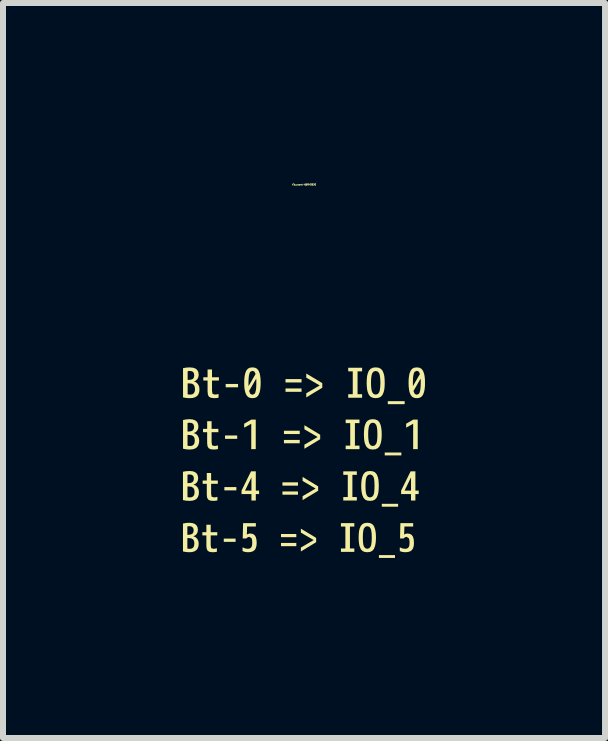
<source format=kicad_pcb>
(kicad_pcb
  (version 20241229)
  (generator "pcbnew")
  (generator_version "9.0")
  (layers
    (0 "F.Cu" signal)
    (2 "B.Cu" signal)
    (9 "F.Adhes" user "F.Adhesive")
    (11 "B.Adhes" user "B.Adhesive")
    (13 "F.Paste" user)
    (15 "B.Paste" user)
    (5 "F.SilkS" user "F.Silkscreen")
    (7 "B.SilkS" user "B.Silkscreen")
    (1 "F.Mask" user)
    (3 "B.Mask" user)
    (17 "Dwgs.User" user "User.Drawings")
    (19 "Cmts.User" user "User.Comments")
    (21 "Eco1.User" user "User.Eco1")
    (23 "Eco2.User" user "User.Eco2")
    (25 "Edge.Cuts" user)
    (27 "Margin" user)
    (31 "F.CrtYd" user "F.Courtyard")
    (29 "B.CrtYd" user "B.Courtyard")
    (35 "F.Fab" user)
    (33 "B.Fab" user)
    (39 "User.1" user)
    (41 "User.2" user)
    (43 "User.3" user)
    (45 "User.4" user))
  (footprint "kibuzzard-66940BD0"
    (layer "F.Cu")
    (at 2.017 4.662)
    (property "Reference" "kibuzzard-66940BD0" (at 0 -4.636 180) (layer "F.SilkS") (effects (font (size 0.025 0.025) (thickness 0.15))))
    (attr board_only exclude_from_pos_files exclude_from_bom)
    (fp_poly (pts (xy -1.337 1.32) (xy -1.337 1.266) (xy -1.14 1.266) (xy -1.14 1.32) (xy -1.337 1.32)) (stroke (width 0) (type solid)) (fill yes) (layer "F.SilkS"))
    (fp_poly (pts (xy -1.327 0.462) (xy -1.327 0.407) (xy -1.127 0.407) (xy -1.127 0.462) (xy -1.327 0.462)) (stroke (width 0) (type solid)) (fill yes) (layer "F.SilkS"))
    (fp_poly (pts (xy -1.316 -0.397) (xy -1.316 -0.453) (xy -1.113 -0.453) (xy -1.113 -0.397) (xy -1.316 -0.397)) (stroke (width 0) (type solid)) (fill yes) (layer "F.SilkS"))
    (fp_poly (pts (xy -1.305 -1.256) (xy -1.305 -1.312) (xy -1.099 -1.312) (xy -1.099 -1.256) (xy -1.305 -1.256)) (stroke (width 0) (type solid)) (fill yes) (layer "F.SilkS"))
    (fp_poly (pts (xy -0.383 1.242) (xy -0.383 1.189) (xy -0.128 1.189) (xy -0.128 1.242) (xy -0.383 1.242)) (stroke (width 0) (type solid)) (fill yes) (layer "F.SilkS"))
    (fp_poly (pts (xy -0.383 1.392) (xy -0.383 1.338) (xy -0.128 1.338) (xy -0.128 1.392) (xy -0.383 1.392)) (stroke (width 0) (type solid)) (fill yes) (layer "F.SilkS"))
    (fp_poly (pts (xy -0.359 0.383) (xy -0.359 0.328) (xy -0.1 0.328) (xy -0.1 0.383) (xy -0.359 0.383)) (stroke (width 0) (type solid)) (fill yes) (layer "F.SilkS"))
    (fp_poly (pts (xy -0.359 0.534) (xy -0.359 0.48) (xy -0.1 0.48) (xy -0.1 0.534) (xy -0.359 0.534)) (stroke (width 0) (type solid)) (fill yes) (layer "F.SilkS"))
    (fp_poly (pts (xy -0.334 -0.477) (xy -0.334 -0.532) (xy -0.071 -0.532) (xy -0.071 -0.477) (xy -0.334 -0.477)) (stroke (width 0) (type solid)) (fill yes) (layer "F.SilkS"))
    (fp_poly (pts (xy -0.334 -0.323) (xy -0.334 -0.379) (xy -0.071 -0.379) (xy -0.071 -0.323) (xy -0.334 -0.323)) (stroke (width 0) (type solid)) (fill yes) (layer "F.SilkS"))
    (fp_poly (pts (xy -0.308 -1.337) (xy -0.308 -1.393) (xy -0.041 -1.393) (xy -0.041 -1.337) (xy -0.308 -1.337)) (stroke (width 0) (type solid)) (fill yes) (layer "F.SilkS"))
    (fp_poly (pts (xy -0.308 -1.181) (xy -0.308 -1.237) (xy -0.041 -1.237) (xy -0.041 -1.181) (xy -0.308 -1.181)) (stroke (width 0) (type solid)) (fill yes) (layer "F.SilkS"))
    (fp_poly (pts (xy 1.249 1.588) (xy 1.249 1.541) (xy 1.517 1.541) (xy 1.517 1.588) (xy 1.249 1.588)) (stroke (width 0) (type solid)) (fill yes) (layer "F.SilkS"))
    (fp_poly (pts (xy 1.297 0.734) (xy 1.297 0.686) (xy 1.569 0.686) (xy 1.569 0.734) (xy 1.297 0.734)) (stroke (width 0) (type solid)) (fill yes) (layer "F.SilkS"))
    (fp_poly (pts (xy 1.346 -0.121) (xy 1.346 -0.169) (xy 1.623 -0.169) (xy 1.623 -0.121) (xy 1.346 -0.121)) (stroke (width 0) (type solid)) (fill yes) (layer "F.SilkS"))
    (fp_poly (pts (xy 1.397 -0.975) (xy 1.397 -1.025) (xy 1.678 -1.025) (xy 1.678 -0.975) (xy 1.397 -0.975)) (stroke (width 0) (type solid)) (fill yes) (layer "F.SilkS"))
    (fp_poly (pts (xy -0.879 -0.225) (xy -0.879 -0.647) (xy -0.88 -0.648) (xy -0.997 -0.583) (xy -0.997 -0.649) (xy -0.878 -0.718) (xy -0.804 -0.718) (xy -0.804 -0.225) (xy -0.879 -0.225)) (stroke (width 0) (type solid)) (fill yes) (layer "F.SilkS"))
    (fp_poly (pts (xy -0.052 1.166) (xy -0.052 1.1) (xy 0.203 1.254) (xy 0.203 1.326) (xy -0.052 1.48) (xy -0.052 1.415) (xy 0.161 1.291) (xy 0.161 1.29) (xy -0.052 1.166)) (stroke (width 0) (type solid)) (fill yes) (layer "F.SilkS"))
    (fp_poly (pts (xy -0.023 0.305) (xy -0.023 0.238) (xy 0.236 0.395) (xy 0.236 0.468) (xy -0.023 0.624) (xy -0.023 0.558) (xy 0.193 0.432) (xy 0.193 0.431) (xy -0.023 0.305)) (stroke (width 0) (type solid)) (fill yes) (layer "F.SilkS"))
    (fp_poly (pts (xy 0.007 -0.556) (xy 0.007 -0.624) (xy 0.27 -0.465) (xy 0.27 -0.391) (xy 0.007 -0.232) (xy 0.007 -0.3) (xy 0.226 -0.427) (xy 0.226 -0.429) (xy 0.007 -0.556)) (stroke (width 0) (type solid)) (fill yes) (layer "F.SilkS"))
    (fp_poly (pts (xy 0.038 -1.417) (xy 0.038 -1.486) (xy 0.305 -1.325) (xy 0.305 -1.249) (xy 0.038 -1.088) (xy 0.038 -1.157) (xy 0.261 -1.286) (xy 0.261 -1.288) (xy 0.038 -1.417)) (stroke (width 0) (type solid)) (fill yes) (layer "F.SilkS"))
    (fp_poly (pts (xy 1.82 -0.225) (xy 1.82 -0.647) (xy 1.819 -0.648) (xy 1.703 -0.583) (xy 1.703 -0.649) (xy 1.821 -0.718) (xy 1.896 -0.718) (xy 1.896 -0.225) (xy 1.82 -0.225)) (stroke (width 0) (type solid)) (fill yes) (layer "F.SilkS"))
    (fp_poly (pts (xy 0.839 1.487) (xy 0.616 1.487) (xy 0.616 1.43) (xy 0.69 1.43) (xy 0.69 1.065) (xy 0.616 1.065) (xy 0.616 1.008) (xy 0.839 1.008) (xy 0.839 1.065) (xy 0.766 1.065) (xy 0.766 1.43) (xy 0.839 1.43) (xy 0.839 1.487)) (stroke (width 0) (type solid)) (fill yes) (layer "F.SilkS"))
    (fp_poly (pts (xy 0.881 0.631) (xy 0.655 0.631) (xy 0.655 0.573) (xy 0.73 0.573) (xy 0.73 0.203) (xy 0.655 0.203) (xy 0.655 0.145) (xy 0.881 0.145) (xy 0.881 0.203) (xy 0.807 0.203) (xy 0.807 0.573) (xy 0.881 0.573) (xy 0.881 0.631)) (stroke (width 0) (type solid)) (fill yes) (layer "F.SilkS"))
    (fp_poly (pts (xy 0.925 -0.225) (xy 0.695 -0.225) (xy 0.695 -0.284) (xy 0.771 -0.284) (xy 0.771 -0.659) (xy 0.695 -0.659) (xy 0.695 -0.718) (xy 0.925 -0.718) (xy 0.925 -0.659) (xy 0.849 -0.659) (xy 0.849 -0.284) (xy 0.925 -0.284) (xy 0.925 -0.225)) (stroke (width 0) (type solid)) (fill yes) (layer "F.SilkS"))
    (fp_poly (pts (xy 0.969 -1.082) (xy 0.737 -1.082) (xy 0.737 -1.141) (xy 0.813 -1.141) (xy 0.813 -1.522) (xy 0.737 -1.522) (xy 0.737 -1.582) (xy 0.969 -1.582) (xy 0.969 -1.522) (xy 0.893 -1.522) (xy 0.893 -1.141) (xy 0.969 -1.141) (xy 0.969 -1.082)) (stroke (width 0) (type solid)) (fill yes) (layer "F.SilkS"))
    (fp_poly (pts (xy -0.803 0.466) (xy -0.748 0.466) (xy -0.748 0.523) (xy -0.803 0.523) (xy -0.803 0.631) (xy -0.876 0.631) (xy -0.876 0.523) (xy -0.876 0.466) (xy -0.876 0.248) (xy -0.877 0.248) (xy -0.982 0.464) (xy -0.982 0.466) (xy -0.876 0.466) (xy -0.876 0.523) (xy -1.041 0.523) (xy -1.041 0.466) (xy -0.883 0.145) (xy -0.803 0.145) (xy -0.803 0.466)) (stroke (width 0) (type solid)) (fill yes) (layer "F.SilkS"))
    (fp_poly (pts (xy 1.857 0.466) (xy 1.912 0.466) (xy 1.912 0.523) (xy 1.857 0.523) (xy 1.857 0.631) (xy 1.784 0.631) (xy 1.784 0.523) (xy 1.784 0.466) (xy 1.784 0.248) (xy 1.783 0.248) (xy 1.678 0.464) (xy 1.678 0.466) (xy 1.784 0.466) (xy 1.784 0.523) (xy 1.619 0.523) (xy 1.619 0.466) (xy 1.777 0.145) (xy 1.857 0.145) (xy 1.857 0.466)) (stroke (width 0) (type solid)) (fill yes) (layer "F.SilkS"))
    (fp_poly (pts (xy -1.445 1.159) (xy -1.445 1.212) (xy -1.555 1.212) (xy -1.555 1.375) (xy -1.547 1.425) (xy -1.507 1.436) (xy -1.48 1.433) (xy -1.452 1.426) (xy -1.452 1.486) (xy -1.484 1.491) (xy -1.521 1.493) (xy -1.571 1.488) (xy -1.603 1.471) (xy -1.621 1.439) (xy -1.627 1.389) (xy -1.627 1.212) (xy -1.694 1.212) (xy -1.694 1.159) (xy -1.627 1.159) (xy -1.627 1.035) (xy -1.555 1.035) (xy -1.555 1.159) (xy -1.445 1.159)) (stroke (width 0) (type solid)) (fill yes) (layer "F.SilkS"))
    (fp_poly (pts (xy -1.436 0.298) (xy -1.436 0.352) (xy -1.548 0.352) (xy -1.548 0.518) (xy -1.539 0.568) (xy -1.499 0.579) (xy -1.471 0.576) (xy -1.443 0.569) (xy -1.443 0.629) (xy -1.476 0.635) (xy -1.513 0.637) (xy -1.564 0.632) (xy -1.597 0.615) (xy -1.615 0.582) (xy -1.62 0.531) (xy -1.62 0.352) (xy -1.689 0.352) (xy -1.689 0.298) (xy -1.62 0.298) (xy -1.62 0.172) (xy -1.548 0.172) (xy -1.548 0.298) (xy -1.436 0.298)) (stroke (width 0) (type solid)) (fill yes) (layer "F.SilkS"))
    (fp_poly (pts (xy -1.427 -0.563) (xy -1.427 -0.508) (xy -1.54 -0.508) (xy -1.54 -0.34) (xy -1.532 -0.289) (xy -1.491 -0.278) (xy -1.463 -0.281) (xy -1.434 -0.288) (xy -1.434 -0.227) (xy -1.467 -0.221) (xy -1.505 -0.219) (xy -1.557 -0.224) (xy -1.59 -0.242) (xy -1.608 -0.274) (xy -1.614 -0.327) (xy -1.614 -0.508) (xy -1.683 -0.508) (xy -1.683 -0.563) (xy -1.614 -0.563) (xy -1.614 -0.691) (xy -1.54 -0.691) (xy -1.54 -0.563) (xy -1.427 -0.563)) (stroke (width 0) (type solid)) (fill yes) (layer "F.SilkS"))
    (fp_poly (pts (xy -1.418 -1.424) (xy -1.418 -1.369) (xy -1.533 -1.369) (xy -1.533 -1.198) (xy -1.524 -1.146) (xy -1.483 -1.135) (xy -1.454 -1.138) (xy -1.424 -1.145) (xy -1.424 -1.083) (xy -1.459 -1.077) (xy -1.496 -1.075) (xy -1.549 -1.081) (xy -1.583 -1.098) (xy -1.601 -1.131) (xy -1.607 -1.184) (xy -1.607 -1.369) (xy -1.678 -1.369) (xy -1.678 -1.424) (xy -1.607 -1.424) (xy -1.607 -1.554) (xy -1.533 -1.554) (xy -1.533 -1.424) (xy -1.418 -1.424)) (stroke (width 0) (type solid)) (fill yes) (layer "F.SilkS"))
    (fp_poly (pts (xy -0.802 1.065) (xy -0.948 1.065) (xy -0.952 1.197) (xy -0.951 1.197) (xy -0.924 1.185) (xy -0.893 1.181) (xy -0.856 1.187) (xy -0.826 1.205) (xy -0.805 1.236) (xy -0.793 1.279) (xy -0.788 1.335) (xy -0.792 1.386) (xy -0.804 1.427) (xy -0.822 1.457) (xy -0.85 1.477) (xy -0.886 1.489) (xy -0.931 1.493) (xy -0.979 1.489) (xy -1.024 1.474) (xy -1.024 1.411) (xy -0.98 1.43) (xy -0.936 1.436) (xy -0.902 1.431) (xy -0.88 1.414) (xy -0.866 1.383) (xy -0.862 1.335) (xy -0.865 1.289) (xy -0.874 1.259) (xy -0.913 1.236) (xy -0.938 1.243) (xy -0.961 1.263) (xy -1.021 1.263) (xy -1.015 1.008) (xy -0.802 1.008) (xy -0.802 1.065)) (stroke (width 0) (type solid)) (fill yes) (layer "F.SilkS"))
    (fp_poly (pts (xy 1.82 1.065) (xy 1.674 1.065) (xy 1.669 1.197) (xy 1.671 1.197) (xy 1.697 1.185) (xy 1.728 1.181) (xy 1.766 1.187) (xy 1.796 1.205) (xy 1.817 1.236) (xy 1.829 1.279) (xy 1.833 1.335) (xy 1.83 1.386) (xy 1.818 1.427) (xy 1.799 1.457) (xy 1.772 1.477) (xy 1.736 1.489) (xy 1.691 1.493) (xy 1.642 1.489) (xy 1.597 1.474) (xy 1.597 1.411) (xy 1.642 1.43) (xy 1.686 1.436) (xy 1.719 1.431) (xy 1.742 1.414) (xy 1.756 1.383) (xy 1.76 1.335) (xy 1.757 1.289) (xy 1.747 1.259) (xy 1.709 1.236) (xy 1.684 1.243) (xy 1.661 1.263) (xy 1.601 1.263) (xy 1.607 1.008) (xy 1.82 1.008) (xy 1.82 1.065)) (stroke (width 0) (type solid)) (fill yes) (layer "F.SilkS"))
    (fp_poly (pts (xy 1.137 1.471) (xy 1.101 1.488) (xy 1.055 1.493) (xy 1.055 1.436) (xy 1.089 1.426) (xy 1.112 1.396) (xy 1.122 1.362) (xy 1.128 1.312) (xy 1.13 1.248) (xy 1.128 1.183) (xy 1.122 1.134) (xy 1.112 1.099) (xy 1.089 1.069) (xy 1.055 1.059) (xy 1.021 1.069) (xy 0.998 1.099) (xy 0.988 1.134) (xy 0.983 1.183) (xy 0.981 1.248) (xy 0.983 1.312) (xy 0.988 1.362) (xy 0.998 1.396) (xy 1.021 1.426) (xy 1.055 1.436) (xy 1.055 1.493) (xy 1.01 1.488) (xy 0.974 1.471) (xy 0.947 1.441) (xy 0.927 1.394) (xy 0.918 1.354) (xy 0.913 1.305) (xy 0.911 1.248) (xy 0.913 1.19) (xy 0.918 1.141) (xy 0.927 1.101) (xy 0.947 1.054) (xy 0.974 1.024) (xy 1.01 1.007) (xy 1.055 1.002) (xy 1.101 1.007) (xy 1.137 1.024) (xy 1.164 1.054) (xy 1.183 1.101) (xy 1.192 1.141) (xy 1.198 1.19) (xy 1.2 1.248) (xy 1.198 1.305) (xy 1.192 1.354) (xy 1.183 1.394) (xy 1.164 1.441) (xy 1.137 1.471)) (stroke (width 0) (type solid)) (fill yes) (layer "F.SilkS"))
    (fp_poly (pts (xy 1.183 0.615) (xy 1.147 0.632) (xy 1.101 0.637) (xy 1.101 0.58) (xy 1.135 0.569) (xy 1.159 0.539) (xy 1.169 0.504) (xy 1.174 0.453) (xy 1.176 0.388) (xy 1.174 0.322) (xy 1.169 0.272) (xy 1.159 0.237) (xy 1.135 0.207) (xy 1.101 0.196) (xy 1.066 0.207) (xy 1.043 0.237) (xy 1.033 0.272) (xy 1.027 0.322) (xy 1.025 0.388) (xy 1.027 0.453) (xy 1.033 0.504) (xy 1.043 0.539) (xy 1.066 0.569) (xy 1.101 0.58) (xy 1.101 0.637) (xy 1.054 0.632) (xy 1.018 0.615) (xy 0.991 0.584) (xy 0.971 0.537) (xy 0.962 0.496) (xy 0.956 0.446) (xy 0.954 0.388) (xy 0.956 0.33) (xy 0.962 0.28) (xy 0.971 0.239) (xy 0.991 0.192) (xy 1.018 0.161) (xy 1.054 0.144) (xy 1.101 0.139) (xy 1.147 0.144) (xy 1.183 0.161) (xy 1.211 0.192) (xy 1.231 0.239) (xy 1.24 0.28) (xy 1.245 0.33) (xy 1.247 0.388) (xy 1.245 0.446) (xy 1.24 0.496) (xy 1.231 0.537) (xy 1.211 0.584) (xy 1.183 0.615)) (stroke (width 0) (type solid)) (fill yes) (layer "F.SilkS"))
    (fp_poly (pts (xy 1.231 -0.242) (xy 1.194 -0.224) (xy 1.147 -0.219) (xy 1.147 -0.277) (xy 1.182 -0.288) (xy 1.206 -0.319) (xy 1.216 -0.354) (xy 1.222 -0.405) (xy 1.224 -0.472) (xy 1.222 -0.538) (xy 1.216 -0.589) (xy 1.206 -0.625) (xy 1.182 -0.656) (xy 1.147 -0.666) (xy 1.112 -0.656) (xy 1.089 -0.625) (xy 1.079 -0.589) (xy 1.072 -0.538) (xy 1.07 -0.472) (xy 1.072 -0.405) (xy 1.079 -0.354) (xy 1.089 -0.319) (xy 1.112 -0.288) (xy 1.147 -0.277) (xy 1.147 -0.219) (xy 1.1 -0.224) (xy 1.064 -0.242) (xy 1.036 -0.273) (xy 1.015 -0.321) (xy 1.006 -0.362) (xy 1.001 -0.413) (xy 0.999 -0.472) (xy 1.001 -0.531) (xy 1.006 -0.581) (xy 1.015 -0.623) (xy 1.036 -0.671) (xy 1.064 -0.702) (xy 1.1 -0.719) (xy 1.147 -0.725) (xy 1.194 -0.719) (xy 1.231 -0.702) (xy 1.259 -0.671) (xy 1.279 -0.623) (xy 1.288 -0.581) (xy 1.294 -0.531) (xy 1.296 -0.472) (xy 1.294 -0.413) (xy 1.288 -0.362) (xy 1.279 -0.321) (xy 1.259 -0.273) (xy 1.231 -0.242)) (stroke (width 0) (type solid)) (fill yes) (layer "F.SilkS"))
    (fp_poly (pts (xy 1.28 -1.098) (xy 1.243 -1.081) (xy 1.195 -1.075) (xy 1.195 -1.134) (xy 1.231 -1.145) (xy 1.255 -1.176) (xy 1.265 -1.212) (xy 1.271 -1.264) (xy 1.274 -1.332) (xy 1.271 -1.399) (xy 1.265 -1.451) (xy 1.255 -1.487) (xy 1.231 -1.518) (xy 1.195 -1.529) (xy 1.16 -1.518) (xy 1.136 -1.487) (xy 1.126 -1.451) (xy 1.119 -1.399) (xy 1.117 -1.332) (xy 1.119 -1.264) (xy 1.126 -1.212) (xy 1.136 -1.176) (xy 1.16 -1.145) (xy 1.195 -1.134) (xy 1.195 -1.075) (xy 1.148 -1.081) (xy 1.111 -1.098) (xy 1.082 -1.13) (xy 1.062 -1.178) (xy 1.052 -1.221) (xy 1.047 -1.272) (xy 1.045 -1.332) (xy 1.047 -1.392) (xy 1.052 -1.443) (xy 1.062 -1.485) (xy 1.082 -1.534) (xy 1.111 -1.565) (xy 1.148 -1.583) (xy 1.195 -1.588) (xy 1.243 -1.583) (xy 1.28 -1.565) (xy 1.309 -1.534) (xy 1.329 -1.485) (xy 1.339 -1.443) (xy 1.344 -1.392) (xy 1.346 -1.332) (xy 1.344 -1.272) (xy 1.339 -1.221) (xy 1.329 -1.178) (xy 1.309 -1.13) (xy 1.28 -1.098)) (stroke (width 0) (type solid)) (fill yes) (layer "F.SilkS"))
    (fp_poly (pts (xy -1.755 1.349) (xy -1.759 1.393) (xy -1.772 1.429) (xy -1.793 1.457) (xy -1.823 1.477) (xy -1.861 1.489) (xy -1.907 1.493) (xy -1.907 1.437) (xy -1.872 1.432) (xy -1.847 1.416) (xy -1.832 1.388) (xy -1.827 1.348) (xy -1.832 1.307) (xy -1.848 1.279) (xy -1.876 1.263) (xy -1.916 1.257) (xy -1.944 1.257) (xy -1.944 1.432) (xy -1.907 1.437) (xy -1.907 1.493) (xy -1.944 1.491) (xy -1.944 1.202) (xy -1.925 1.202) (xy -1.886 1.197) (xy -1.859 1.184) (xy -1.844 1.16) (xy -1.838 1.126) (xy -1.847 1.088) (xy -1.871 1.066) (xy -1.911 1.058) (xy -1.944 1.063) (xy -1.944 1.202) (xy -1.944 1.491) (xy -1.963 1.49) (xy -2.017 1.48) (xy -2.017 1.015) (xy -1.965 1.005) (xy -1.911 1.002) (xy -1.86 1.007) (xy -1.82 1.021) (xy -1.791 1.045) (xy -1.774 1.078) (xy -1.768 1.121) (xy -1.773 1.158) (xy -1.789 1.189) (xy -1.813 1.213) (xy -1.844 1.226) (xy -1.844 1.227) (xy -1.809 1.241) (xy -1.78 1.268) (xy -1.761 1.305) (xy -1.755 1.349)) (stroke (width 0) (type solid)) (fill yes) (layer "F.SilkS"))
    (fp_poly (pts (xy -1.751 0.491) (xy -1.755 0.536) (xy -1.768 0.572) (xy -1.789 0.601) (xy -1.819 0.621) (xy -1.858 0.633) (xy -1.905 0.637) (xy -1.905 0.58) (xy -1.869 0.575) (xy -1.844 0.559) (xy -1.828 0.531) (xy -1.823 0.49) (xy -1.829 0.448) (xy -1.845 0.42) (xy -1.873 0.403) (xy -1.914 0.398) (xy -1.942 0.398) (xy -1.942 0.575) (xy -1.905 0.58) (xy -1.905 0.637) (xy -1.942 0.635) (xy -1.942 0.341) (xy -1.923 0.341) (xy -1.884 0.337) (xy -1.857 0.323) (xy -1.841 0.299) (xy -1.835 0.264) (xy -1.843 0.226) (xy -1.868 0.203) (xy -1.909 0.196) (xy -1.942 0.201) (xy -1.942 0.341) (xy -1.942 0.635) (xy -1.962 0.634) (xy -2.017 0.624) (xy -2.017 0.152) (xy -1.964 0.142) (xy -1.909 0.139) (xy -1.857 0.143) (xy -1.816 0.158) (xy -1.787 0.182) (xy -1.77 0.216) (xy -1.764 0.26) (xy -1.769 0.297) (xy -1.785 0.329) (xy -1.809 0.352) (xy -1.841 0.366) (xy -1.841 0.367) (xy -1.805 0.381) (xy -1.776 0.409) (xy -1.757 0.447) (xy -1.751 0.491)) (stroke (width 0) (type solid)) (fill yes) (layer "F.SilkS"))
    (fp_poly (pts (xy -1.746 -0.367) (xy -1.751 -0.322) (xy -1.764 -0.285) (xy -1.785 -0.256) (xy -1.816 -0.235) (xy -1.855 -0.223) (xy -1.903 -0.219) (xy -1.903 -0.277) (xy -1.866 -0.282) (xy -1.84 -0.299) (xy -1.825 -0.327) (xy -1.82 -0.369) (xy -1.825 -0.411) (xy -1.842 -0.439) (xy -1.871 -0.456) (xy -1.912 -0.462) (xy -1.941 -0.462) (xy -1.941 -0.282) (xy -1.903 -0.277) (xy -1.903 -0.219) (xy -1.941 -0.22) (xy -1.941 -0.519) (xy -1.921 -0.519) (xy -1.881 -0.524) (xy -1.854 -0.538) (xy -1.837 -0.562) (xy -1.832 -0.597) (xy -1.84 -0.636) (xy -1.865 -0.659) (xy -1.907 -0.667) (xy -1.941 -0.661) (xy -1.941 -0.519) (xy -1.941 -0.22) (xy -1.941 -0.22) (xy -1.979 -0.225) (xy -2.016 -0.232) (xy -2.016 -0.711) (xy -1.963 -0.721) (xy -1.907 -0.725) (xy -1.854 -0.72) (xy -1.813 -0.705) (xy -1.783 -0.681) (xy -1.766 -0.646) (xy -1.76 -0.602) (xy -1.765 -0.564) (xy -1.781 -0.532) (xy -1.806 -0.508) (xy -1.837 -0.494) (xy -1.837 -0.493) (xy -1.801 -0.479) (xy -1.772 -0.451) (xy -1.753 -0.412) (xy -1.746 -0.367)) (stroke (width 0) (type solid)) (fill yes) (layer "F.SilkS"))
    (fp_poly (pts (xy -1.742 -1.225) (xy -1.746 -1.179) (xy -1.759 -1.142) (xy -1.781 -1.112) (xy -1.812 -1.092) (xy -1.852 -1.079) (xy -1.9 -1.075) (xy -1.9 -1.134) (xy -1.863 -1.139) (xy -1.837 -1.156) (xy -1.821 -1.185) (xy -1.816 -1.227) (xy -1.822 -1.269) (xy -1.839 -1.299) (xy -1.868 -1.316) (xy -1.91 -1.321) (xy -1.939 -1.321) (xy -1.939 -1.139) (xy -1.9 -1.134) (xy -1.9 -1.075) (xy -1.939 -1.076) (xy -1.939 -1.38) (xy -1.919 -1.38) (xy -1.879 -1.384) (xy -1.85 -1.398) (xy -1.834 -1.423) (xy -1.829 -1.459) (xy -1.837 -1.498) (xy -1.862 -1.522) (xy -1.905 -1.53) (xy -1.939 -1.524) (xy -1.939 -1.38) (xy -1.939 -1.076) (xy -1.939 -1.076) (xy -1.978 -1.081) (xy -2.016 -1.088) (xy -2.016 -1.575) (xy -1.961 -1.585) (xy -1.905 -1.588) (xy -1.851 -1.583) (xy -1.809 -1.569) (xy -1.779 -1.544) (xy -1.761 -1.509) (xy -1.755 -1.464) (xy -1.761 -1.425) (xy -1.777 -1.393) (xy -1.802 -1.368) (xy -1.834 -1.354) (xy -1.834 -1.354) (xy -1.798 -1.339) (xy -1.768 -1.31) (xy -1.748 -1.271) (xy -1.742 -1.225)) (stroke (width 0) (type solid)) (fill yes) (layer "F.SilkS"))
    (fp_poly (pts (xy -0.935 -1.566) (xy -0.902 -1.583) (xy -0.859 -1.588) (xy -0.817 -1.583) (xy -0.783 -1.566) (xy -0.758 -1.535) (xy -0.738 -1.487) (xy -0.73 -1.444) (xy -0.724 -1.392) (xy -0.722 -1.332) (xy -0.724 -1.271) (xy -0.73 -1.219) (xy -0.738 -1.176) (xy -0.758 -1.128) (xy -0.783 -1.097) (xy -0.817 -1.08) (xy -0.859 -1.075) (xy -0.859 -1.132) (xy -0.823 -1.148) (xy -0.811 -1.171) (xy -0.802 -1.208) (xy -0.797 -1.242) (xy -0.795 -1.283) (xy -0.794 -1.332) (xy -0.794 -1.369) (xy -0.796 -1.401) (xy -0.915 -1.195) (xy -0.894 -1.146) (xy -0.859 -1.132) (xy -0.859 -1.075) (xy -0.902 -1.08) (xy -0.924 -1.091) (xy -0.924 -1.275) (xy -0.807 -1.478) (xy -0.827 -1.519) (xy -0.859 -1.531) (xy -0.895 -1.515) (xy -0.907 -1.492) (xy -0.917 -1.455) (xy -0.921 -1.421) (xy -0.924 -1.38) (xy -0.925 -1.332) (xy -0.924 -1.275) (xy -0.924 -1.091) (xy -0.935 -1.097) (xy -0.961 -1.128) (xy -0.98 -1.176) (xy -0.989 -1.219) (xy -0.995 -1.271) (xy -0.996 -1.332) (xy -0.995 -1.392) (xy -0.989 -1.444) (xy -0.98 -1.487) (xy -0.961 -1.535) (xy -0.935 -1.566)) (stroke (width 0) (type solid)) (fill yes) (layer "F.SilkS"))
    (fp_poly (pts (xy 1.804 -1.566) (xy 1.838 -1.583) (xy 1.88 -1.588) (xy 1.923 -1.583) (xy 1.956 -1.566) (xy 1.982 -1.535) (xy 2.001 -1.487) (xy 2.01 -1.444) (xy 2.016 -1.392) (xy 2.017 -1.332) (xy 2.016 -1.271) (xy 2.01 -1.219) (xy 2.001 -1.176) (xy 1.982 -1.128) (xy 1.956 -1.097) (xy 1.923 -1.08) (xy 1.88 -1.075) (xy 1.88 -1.132) (xy 1.916 -1.148) (xy 1.928 -1.171) (xy 1.938 -1.208) (xy 1.942 -1.242) (xy 1.945 -1.283) (xy 1.946 -1.332) (xy 1.946 -1.369) (xy 1.944 -1.401) (xy 1.825 -1.195) (xy 1.846 -1.146) (xy 1.88 -1.132) (xy 1.88 -1.075) (xy 1.838 -1.08) (xy 1.816 -1.091) (xy 1.816 -1.275) (xy 1.933 -1.478) (xy 1.913 -1.519) (xy 1.88 -1.531) (xy 1.844 -1.515) (xy 1.832 -1.492) (xy 1.823 -1.455) (xy 1.818 -1.421) (xy 1.816 -1.38) (xy 1.815 -1.332) (xy 1.816 -1.275) (xy 1.816 -1.091) (xy 1.804 -1.097) (xy 1.779 -1.128) (xy 1.759 -1.176) (xy 1.751 -1.219) (xy 1.745 -1.271) (xy 1.743 -1.332) (xy 1.745 -1.392) (xy 1.751 -1.444) (xy 1.759 -1.487) (xy 1.779 -1.535) (xy 1.804 -1.566)) (stroke (width 0) (type solid)) (fill yes) (layer "F.SilkS")))
  (gr_rect
    (start -3 -3)
    (end 7.035 9.251)
    (stroke (width 0.1) (type default))
    (fill no)
    (layer "Edge.Cuts")))
</source>
